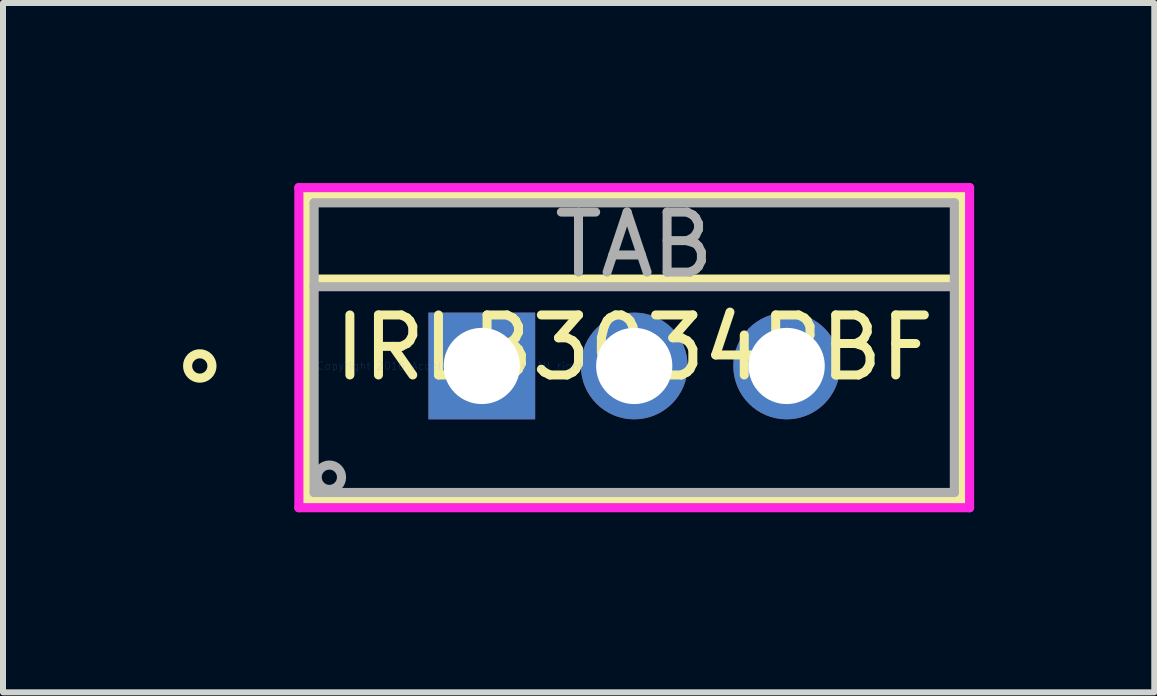
<source format=kicad_pcb>
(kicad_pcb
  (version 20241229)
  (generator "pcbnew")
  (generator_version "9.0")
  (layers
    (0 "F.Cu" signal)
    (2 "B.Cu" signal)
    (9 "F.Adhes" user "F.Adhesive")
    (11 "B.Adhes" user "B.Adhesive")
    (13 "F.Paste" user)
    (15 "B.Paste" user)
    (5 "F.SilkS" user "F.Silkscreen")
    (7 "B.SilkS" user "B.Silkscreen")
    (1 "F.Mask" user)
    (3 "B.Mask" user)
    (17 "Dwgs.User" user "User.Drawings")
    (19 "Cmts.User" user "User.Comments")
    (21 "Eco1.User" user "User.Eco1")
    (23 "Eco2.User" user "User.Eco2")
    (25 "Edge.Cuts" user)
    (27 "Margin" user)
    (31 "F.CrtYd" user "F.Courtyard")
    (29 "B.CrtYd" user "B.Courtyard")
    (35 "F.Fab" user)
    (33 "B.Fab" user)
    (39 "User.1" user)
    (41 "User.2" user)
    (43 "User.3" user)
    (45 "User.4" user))
  (footprint "IRLB3034PBF"
    (layer "F.Cu")
    (at 4.978 3.048)
    (property "Reference" "IRLB3034PBF" (at 2.54 -0.305 0) (layer "F.SilkS") (effects (font (size 1 1) (thickness 0.15))))
    (attr through_hole)
    (fp_line (start -2.921 -2.845) (end -2.921 2.235) (stroke (width 0.152) (type solid)) (layer "F.SilkS"))
    (fp_line (start -2.921 2.235) (end 8.001 2.235) (stroke (width 0.152) (type solid)) (layer "F.SilkS"))
    (fp_line (start -2.794 -1.448) (end 7.874 -1.448) (stroke (width 0.152) (type solid)) (layer "F.SilkS"))
    (fp_line (start 8.001 -2.845) (end -2.921 -2.845) (stroke (width 0.152) (type solid)) (layer "F.SilkS"))
    (fp_line (start 8.001 2.235) (end 8.001 -2.845) (stroke (width 0.152) (type solid)) (layer "F.SilkS"))
    (fp_circle (center -4.699 0) (end -4.496 0) (stroke (width 0.152) (type solid)) (fill no) (layer "F.SilkS"))
    (fp_line (start -3.048 -2.972) (end -3.048 2.362) (stroke (width 0.152) (type solid)) (layer "F.CrtYd"))
    (fp_line (start -3.048 2.362) (end 8.128 2.362) (stroke (width 0.152) (type solid)) (layer "F.CrtYd"))
    (fp_line (start 8.128 -2.972) (end -3.048 -2.972) (stroke (width 0.152) (type solid)) (layer "F.CrtYd"))
    (fp_line (start 8.128 2.362) (end 8.128 -2.972) (stroke (width 0.152) (type solid)) (layer "F.CrtYd"))
    (fp_line (start -2.794 -2.718) (end -2.794 2.108) (stroke (width 0.152) (type solid)) (layer "F.Fab"))
    (fp_line (start -2.794 -1.321) (end 7.874 -1.321) (stroke (width 0.152) (type solid)) (layer "F.Fab"))
    (fp_line (start -2.794 2.108) (end 7.874 2.108) (stroke (width 0.152) (type solid)) (layer "F.Fab"))
    (fp_line (start 7.874 -2.718) (end -2.794 -2.718) (stroke (width 0.152) (type solid)) (layer "F.Fab"))
    (fp_line (start 7.874 2.108) (end 7.874 -2.718) (stroke (width 0.152) (type solid)) (layer "F.Fab"))
    (fp_circle (center -2.54 1.854) (end -2.337 1.854) (stroke (width 0.152) (type solid)) (fill no) (layer "F.Fab"))
    (fp_text user "*" (at 0 0 0) (layer "F.SilkS") (effects (font (size 1 1) (thickness 0.15))))
    (fp_text user "Copyright 2016 Accelerated Designs. All rights reserved." (at 0 0 0) (layer "Cmts.User") (effects (font (size 0.127 0.127) (thickness 0.002))))
    (fp_text user "TAB" (at 2.54 -2.019 0) (layer "F.Fab") (effects (font (size 1 1) (thickness 0.15))))
    (fp_text user "*" (at 0 0 0) (layer "F.Fab") (effects (font (size 1 1) (thickness 0.15))))
    (pad "1" thru_hole rect (at 0 0) (size 1.778 1.778) (drill 1.27) (layers "*.Cu" "*.Mask"))
    (pad "2" thru_hole circle (at 2.54 0) (size 1.778 1.778) (drill 1.27) (layers "*.Cu" "*.Mask"))
    (pad "3" thru_hole circle (at 5.08 0) (size 1.778 1.778) (drill 1.27) (layers "*.Cu" "*.Mask")))
  (gr_rect
    (start -3 -3)
    (end 16.183 8.486)
    (stroke (width 0.1) (type default))
    (fill no)
    (layer "Edge.Cuts")))
</source>
